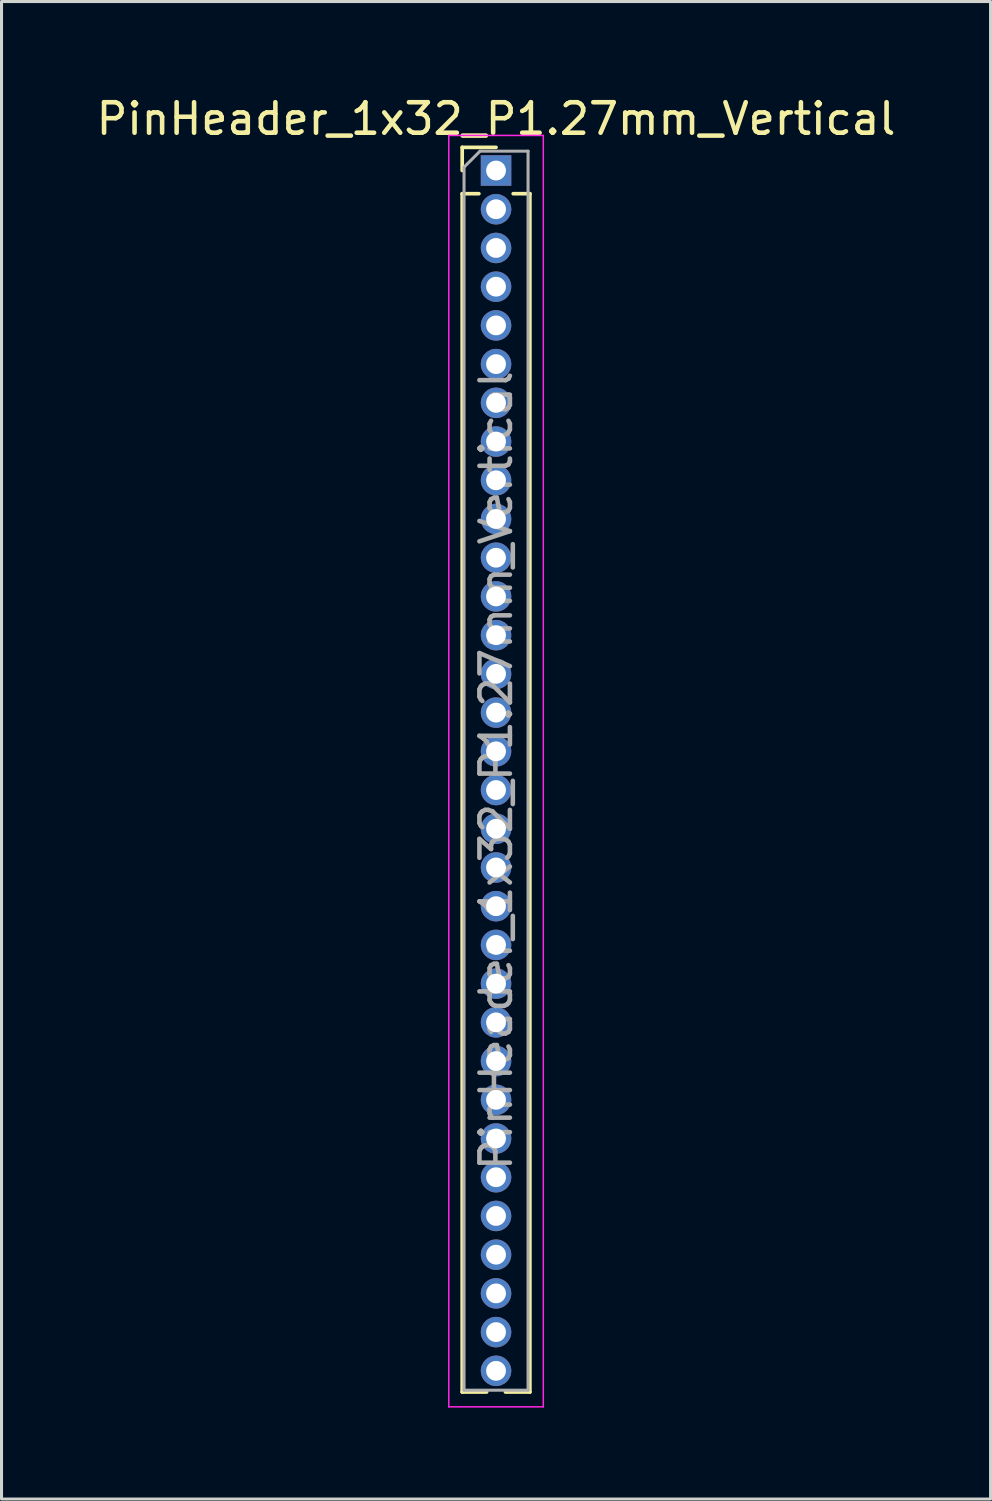
<source format=kicad_pcb>
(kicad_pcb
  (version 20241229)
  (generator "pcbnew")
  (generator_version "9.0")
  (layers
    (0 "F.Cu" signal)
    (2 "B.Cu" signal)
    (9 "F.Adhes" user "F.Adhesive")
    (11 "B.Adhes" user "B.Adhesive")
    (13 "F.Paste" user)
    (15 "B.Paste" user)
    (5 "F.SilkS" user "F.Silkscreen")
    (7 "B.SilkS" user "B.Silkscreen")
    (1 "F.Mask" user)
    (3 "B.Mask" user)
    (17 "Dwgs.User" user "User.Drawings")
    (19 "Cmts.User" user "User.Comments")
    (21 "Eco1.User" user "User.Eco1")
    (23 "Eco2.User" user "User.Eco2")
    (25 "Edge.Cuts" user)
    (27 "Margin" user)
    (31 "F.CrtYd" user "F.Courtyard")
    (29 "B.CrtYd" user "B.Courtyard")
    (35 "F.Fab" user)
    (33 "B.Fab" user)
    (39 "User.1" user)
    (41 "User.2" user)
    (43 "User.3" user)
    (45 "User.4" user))
  (footprint "PinHeader_1x32_P1.27mm_Vertical"
    (layer "F.Cu")
    (at 13.22 2.543)
    (property "Reference" "PinHeader_1x32_P1.27mm_Vertical" (at 0 -1.695 0) (layer "F.SilkS") (effects (font (size 1 1) (thickness 0.15))))
    (attr through_hole)
    (fp_line (start -1.11 -0.76) (end 0 -0.76) (stroke (width 0.12) (type solid)) (layer "F.SilkS"))
    (fp_line (start -1.11 0) (end -1.11 -0.76) (stroke (width 0.12) (type solid)) (layer "F.SilkS"))
    (fp_line (start -1.11 0.76) (end -1.11 40.065) (stroke (width 0.12) (type solid)) (layer "F.SilkS"))
    (fp_line (start -1.11 0.76) (end -0.563 0.76) (stroke (width 0.12) (type solid)) (layer "F.SilkS"))
    (fp_line (start -1.11 40.065) (end -0.308 40.065) (stroke (width 0.12) (type solid)) (layer "F.SilkS"))
    (fp_line (start 0.308 40.065) (end 1.11 40.065) (stroke (width 0.12) (type solid)) (layer "F.SilkS"))
    (fp_line (start 0.563 0.76) (end 1.11 0.76) (stroke (width 0.12) (type solid)) (layer "F.SilkS"))
    (fp_line (start 1.11 0.76) (end 1.11 40.065) (stroke (width 0.12) (type solid)) (layer "F.SilkS"))
    (fp_line (start -1.55 -1.15) (end -1.55 40.55) (stroke (width 0.05) (type solid)) (layer "F.CrtYd"))
    (fp_line (start -1.55 40.55) (end 1.55 40.55) (stroke (width 0.05) (type solid)) (layer "F.CrtYd"))
    (fp_line (start 1.55 -1.15) (end -1.55 -1.15) (stroke (width 0.05) (type solid)) (layer "F.CrtYd"))
    (fp_line (start 1.55 40.55) (end 1.55 -1.15) (stroke (width 0.05) (type solid)) (layer "F.CrtYd"))
    (fp_line (start -1.05 -0.11) (end -0.525 -0.635) (stroke (width 0.1) (type solid)) (layer "F.Fab"))
    (fp_line (start -1.05 40.005) (end -1.05 -0.11) (stroke (width 0.1) (type solid)) (layer "F.Fab"))
    (fp_line (start -0.525 -0.635) (end 1.05 -0.635) (stroke (width 0.1) (type solid)) (layer "F.Fab"))
    (fp_line (start 1.05 -0.635) (end 1.05 40.005) (stroke (width 0.1) (type solid)) (layer "F.Fab"))
    (fp_line (start 1.05 40.005) (end -1.05 40.005) (stroke (width 0.1) (type solid)) (layer "F.Fab"))
    (fp_text user "${REFERENCE}" (at 0 19.685 90) (layer "F.Fab") (effects (font (size 1 1) (thickness 0.15))))
    (pad "1" thru_hole rect (at 0 0) (size 1 1) (drill 0.65) (layers "*.Cu" "*.Mask"))
    (pad "2" thru_hole oval (at 0 1.27) (size 1 1) (drill 0.65) (layers "*.Cu" "*.Mask"))
    (pad "3" thru_hole oval (at 0 2.54) (size 1 1) (drill 0.65) (layers "*.Cu" "*.Mask"))
    (pad "4" thru_hole oval (at 0 3.81) (size 1 1) (drill 0.65) (layers "*.Cu" "*.Mask"))
    (pad "5" thru_hole oval (at 0 5.08) (size 1 1) (drill 0.65) (layers "*.Cu" "*.Mask"))
    (pad "6" thru_hole oval (at 0 6.35) (size 1 1) (drill 0.65) (layers "*.Cu" "*.Mask"))
    (pad "7" thru_hole oval (at 0 7.62) (size 1 1) (drill 0.65) (layers "*.Cu" "*.Mask"))
    (pad "8" thru_hole oval (at 0 8.89) (size 1 1) (drill 0.65) (layers "*.Cu" "*.Mask"))
    (pad "9" thru_hole oval (at 0 10.16) (size 1 1) (drill 0.65) (layers "*.Cu" "*.Mask"))
    (pad "10" thru_hole oval (at 0 11.43) (size 1 1) (drill 0.65) (layers "*.Cu" "*.Mask"))
    (pad "11" thru_hole oval (at 0 12.7) (size 1 1) (drill 0.65) (layers "*.Cu" "*.Mask"))
    (pad "12" thru_hole oval (at 0 13.97) (size 1 1) (drill 0.65) (layers "*.Cu" "*.Mask"))
    (pad "13" thru_hole oval (at 0 15.24) (size 1 1) (drill 0.65) (layers "*.Cu" "*.Mask"))
    (pad "14" thru_hole oval (at 0 16.51) (size 1 1) (drill 0.65) (layers "*.Cu" "*.Mask"))
    (pad "15" thru_hole oval (at 0 17.78) (size 1 1) (drill 0.65) (layers "*.Cu" "*.Mask"))
    (pad "16" thru_hole oval (at 0 19.05) (size 1 1) (drill 0.65) (layers "*.Cu" "*.Mask"))
    (pad "17" thru_hole oval (at 0 20.32) (size 1 1) (drill 0.65) (layers "*.Cu" "*.Mask"))
    (pad "18" thru_hole oval (at 0 21.59) (size 1 1) (drill 0.65) (layers "*.Cu" "*.Mask"))
    (pad "19" thru_hole oval (at 0 22.86) (size 1 1) (drill 0.65) (layers "*.Cu" "*.Mask"))
    (pad "20" thru_hole oval (at 0 24.13) (size 1 1) (drill 0.65) (layers "*.Cu" "*.Mask"))
    (pad "21" thru_hole oval (at 0 25.4) (size 1 1) (drill 0.65) (layers "*.Cu" "*.Mask"))
    (pad "22" thru_hole oval (at 0 26.67) (size 1 1) (drill 0.65) (layers "*.Cu" "*.Mask"))
    (pad "23" thru_hole oval (at 0 27.94) (size 1 1) (drill 0.65) (layers "*.Cu" "*.Mask"))
    (pad "24" thru_hole oval (at 0 29.21) (size 1 1) (drill 0.65) (layers "*.Cu" "*.Mask"))
    (pad "25" thru_hole oval (at 0 30.48) (size 1 1) (drill 0.65) (layers "*.Cu" "*.Mask"))
    (pad "26" thru_hole oval (at 0 31.75) (size 1 1) (drill 0.65) (layers "*.Cu" "*.Mask"))
    (pad "27" thru_hole oval (at 0 33.02) (size 1 1) (drill 0.65) (layers "*.Cu" "*.Mask"))
    (pad "28" thru_hole oval (at 0 34.29) (size 1 1) (drill 0.65) (layers "*.Cu" "*.Mask"))
    (pad "29" thru_hole oval (at 0 35.56) (size 1 1) (drill 0.65) (layers "*.Cu" "*.Mask"))
    (pad "30" thru_hole oval (at 0 36.83) (size 1 1) (drill 0.65) (layers "*.Cu" "*.Mask"))
    (pad "31" thru_hole oval (at 0 38.1) (size 1 1) (drill 0.65) (layers "*.Cu" "*.Mask"))
    (pad "32" thru_hole oval (at 0 39.37) (size 1 1) (drill 0.65) (layers "*.Cu" "*.Mask")))
  (gr_rect
    (start -3 -3)
    (end 29.44 46.118)
    (stroke (width 0.1) (type default))
    (fill no)
    (layer "Edge.Cuts")))
</source>
